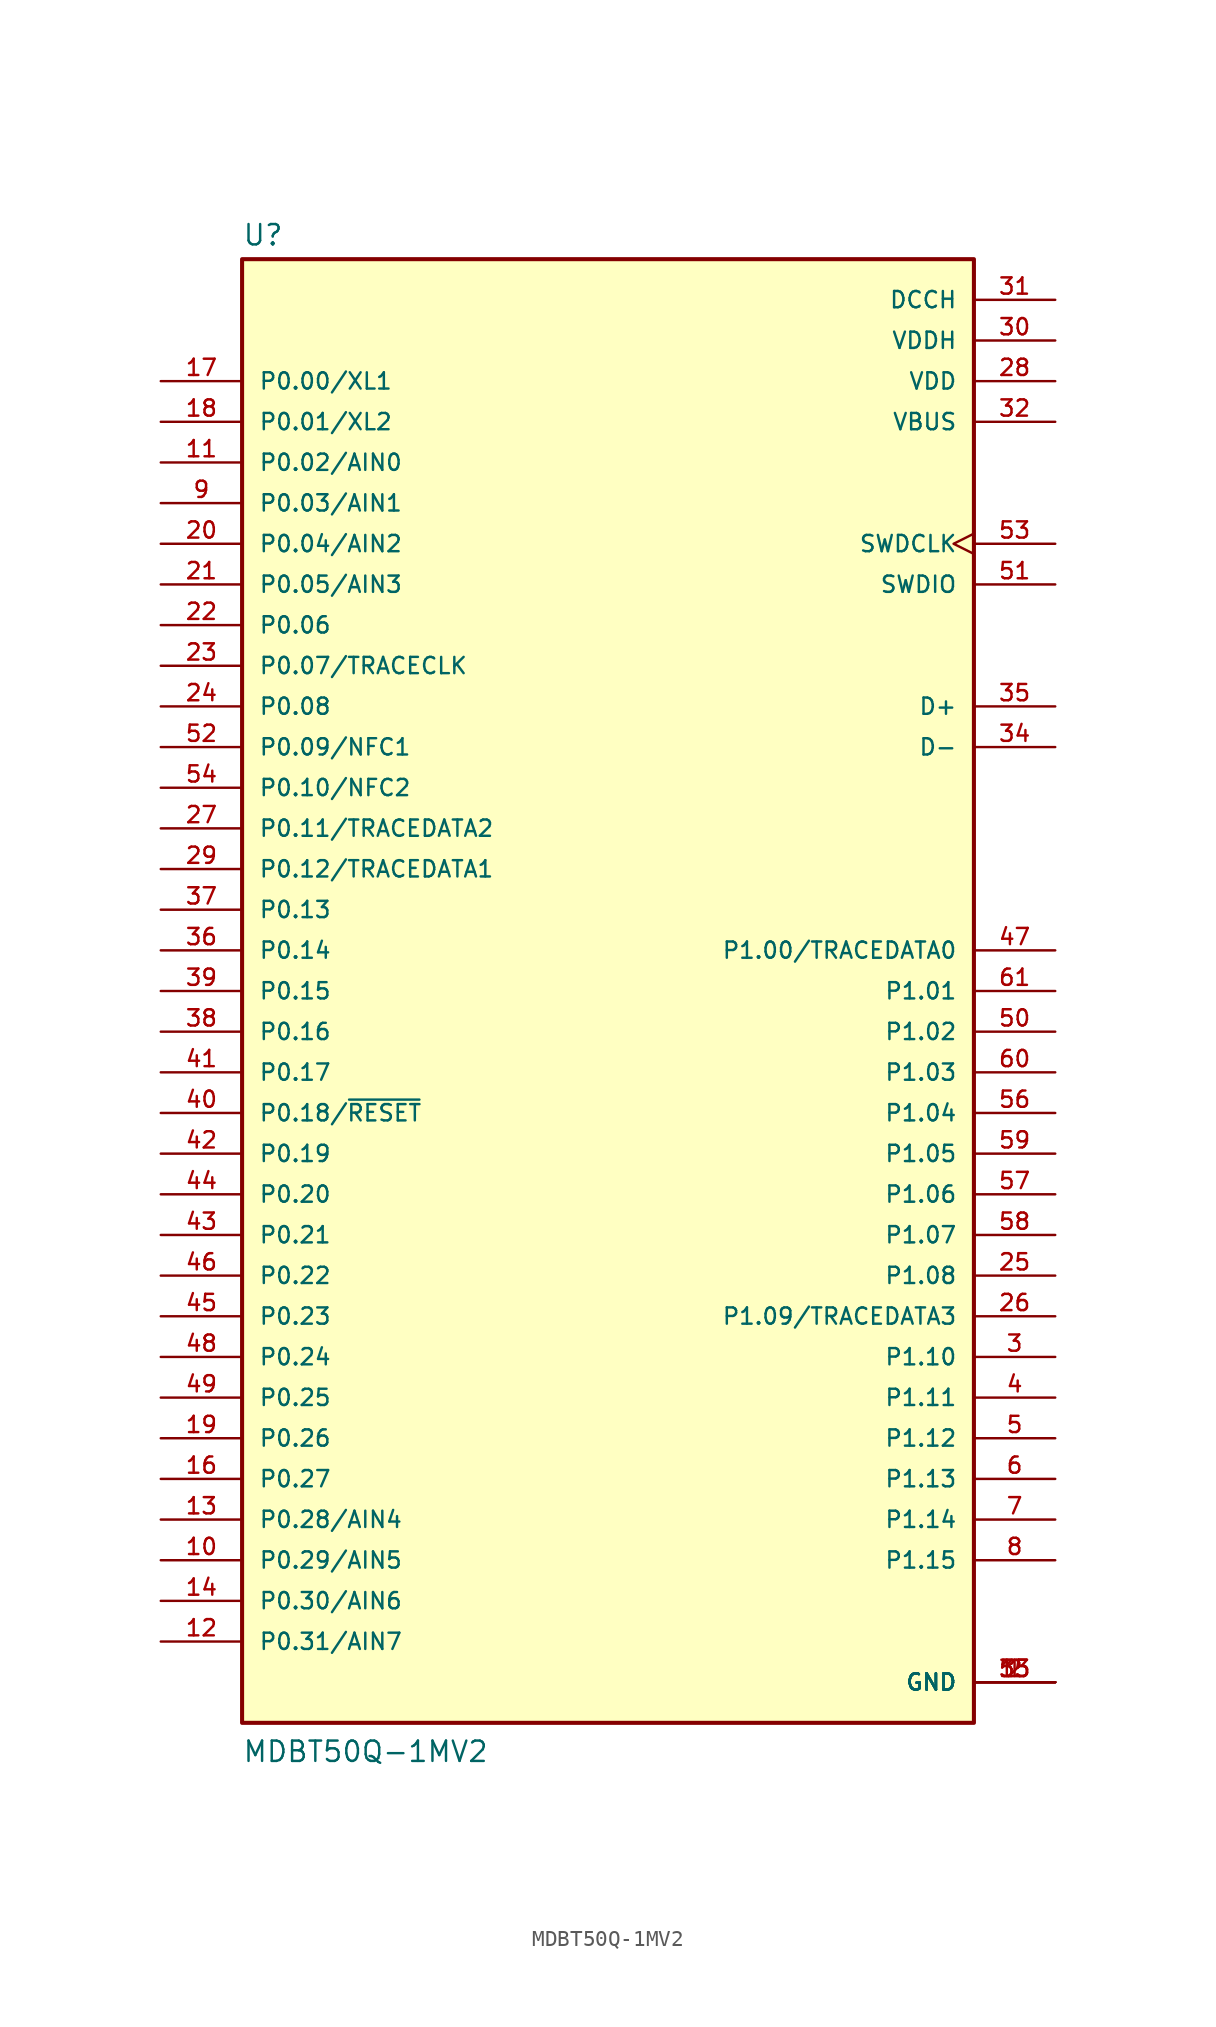
<source format=kicad_sym>
(kicad_symbol_lib
  (version 20211014)
  (generator kicad_symbol_editor)
  (symbol "MDBT50Q-1MV2"
    (pin_names
      (offset 1.016))
    (property "Reference" "U"
      (at -22.86 46.482 0)
      (effects (font (size 1.27 1.27)) (justify left bottom)))
    (property "Value" "MDBT50Q-1MV2"
      (at -22.86 -48.26 0)
      (effects (font (size 1.27 1.27)) (justify left bottom)))
    (property "ki_locked" ""
      (at 0 0 0)
      (effects (font (size 1.27 1.27))))
    (symbol "MDBT50Q-1MV2_0_0"
      (rectangle (start -22.86 -45.72) (end 22.86 45.72) (stroke (width 0.254) (type default) (color 0 0 0 0)) (fill (type background)))
      (pin power_in line (at 27.94 -43.18 180) (length 5.08) (name "GND" (effects (font (size 1.016 1.016)))) (number "1" (effects (font (size 1.016 1.016)))))
      (pin bidirectional line (at -27.94 -35.56 0) (length 5.08) (name "P0.29/AIN5" (effects (font (size 1.016 1.016)))) (number "10" (effects (font (size 1.016 1.016)))))
      (pin bidirectional line (at -27.94 33.02 0) (length 5.08) (name "P0.02/AIN0" (effects (font (size 1.016 1.016)))) (number "11" (effects (font (size 1.016 1.016)))))
      (pin bidirectional line (at -27.94 -40.64 0) (length 5.08) (name "P0.31/AIN7" (effects (font (size 1.016 1.016)))) (number "12" (effects (font (size 1.016 1.016)))))
      (pin bidirectional line (at -27.94 -33.02 0) (length 5.08) (name "P0.28/AIN4" (effects (font (size 1.016 1.016)))) (number "13" (effects (font (size 1.016 1.016)))))
      (pin bidirectional line (at -27.94 -38.1 0) (length 5.08) (name "P0.30/AIN6" (effects (font (size 1.016 1.016)))) (number "14" (effects (font (size 1.016 1.016)))))
      (pin power_in line (at 27.94 -43.18 180) (length 5.08) (name "GND" (effects (font (size 1.016 1.016)))) (number "15" (effects (font (size 1.016 1.016)))))
      (pin bidirectional line (at -27.94 -30.48 0) (length 5.08) (name "P0.27" (effects (font (size 1.016 1.016)))) (number "16" (effects (font (size 1.016 1.016)))))
      (pin bidirectional line (at -27.94 38.1 0) (length 5.08) (name "P0.00/XL1" (effects (font (size 1.016 1.016)))) (number "17" (effects (font (size 1.016 1.016)))))
      (pin bidirectional line (at -27.94 35.56 0) (length 5.08) (name "P0.01/XL2" (effects (font (size 1.016 1.016)))) (number "18" (effects (font (size 1.016 1.016)))))
      (pin bidirectional line (at -27.94 -27.94 0) (length 5.08) (name "P0.26" (effects (font (size 1.016 1.016)))) (number "19" (effects (font (size 1.016 1.016)))))
      (pin power_in line (at 27.94 -43.18 180) (length 5.08) (name "GND" (effects (font (size 1.016 1.016)))) (number "2" (effects (font (size 1.016 1.016)))))
      (pin bidirectional line (at -27.94 27.94 0) (length 5.08) (name "P0.04/AIN2" (effects (font (size 1.016 1.016)))) (number "20" (effects (font (size 1.016 1.016)))))
      (pin bidirectional line (at -27.94 25.4 0) (length 5.08) (name "P0.05/AIN3" (effects (font (size 1.016 1.016)))) (number "21" (effects (font (size 1.016 1.016)))))
      (pin bidirectional line (at -27.94 22.86 0) (length 5.08) (name "P0.06" (effects (font (size 1.016 1.016)))) (number "22" (effects (font (size 1.016 1.016)))))
      (pin bidirectional line (at -27.94 20.32 0) (length 5.08) (name "P0.07/TRACECLK" (effects (font (size 1.016 1.016)))) (number "23" (effects (font (size 1.016 1.016)))))
      (pin bidirectional line (at -27.94 17.78 0) (length 5.08) (name "P0.08" (effects (font (size 1.016 1.016)))) (number "24" (effects (font (size 1.016 1.016)))))
      (pin bidirectional line (at 27.94 -17.78 180) (length 5.08) (name "P1.08" (effects (font (size 1.016 1.016)))) (number "25" (effects (font (size 1.016 1.016)))))
      (pin bidirectional line (at 27.94 -20.32 180) (length 5.08) (name "P1.09/TRACEDATA3" (effects (font (size 1.016 1.016)))) (number "26" (effects (font (size 1.016 1.016)))))
      (pin bidirectional line (at -27.94 10.16 0) (length 5.08) (name "P0.11/TRACEDATA2" (effects (font (size 1.016 1.016)))) (number "27" (effects (font (size 1.016 1.016)))))
      (pin power_in line (at 27.94 38.1 180) (length 5.08) (name "VDD" (effects (font (size 1.016 1.016)))) (number "28" (effects (font (size 1.016 1.016)))))
      (pin bidirectional line (at -27.94 7.62 0) (length 5.08) (name "P0.12/TRACEDATA1" (effects (font (size 1.016 1.016)))) (number "29" (effects (font (size 1.016 1.016)))))
      (pin bidirectional line (at 27.94 -22.86 180) (length 5.08) (name "P1.10" (effects (font (size 1.016 1.016)))) (number "3" (effects (font (size 1.016 1.016)))))
      (pin power_in line (at 27.94 40.64 180) (length 5.08) (name "VDDH" (effects (font (size 1.016 1.016)))) (number "30" (effects (font (size 1.016 1.016)))))
      (pin power_in line (at 27.94 43.18 180) (length 5.08) (name "DCCH" (effects (font (size 1.016 1.016)))) (number "31" (effects (font (size 1.016 1.016)))))
      (pin power_in line (at 27.94 35.56 180) (length 5.08) (name "VBUS" (effects (font (size 1.016 1.016)))) (number "32" (effects (font (size 1.016 1.016)))))
      (pin power_in line (at 27.94 -43.18 180) (length 5.08) (name "GND" (effects (font (size 1.016 1.016)))) (number "33" (effects (font (size 1.016 1.016)))))
      (pin bidirectional line (at 27.94 15.24 180) (length 5.08) (name "D-" (effects (font (size 1.016 1.016)))) (number "34" (effects (font (size 1.016 1.016)))))
      (pin bidirectional line (at 27.94 17.78 180) (length 5.08) (name "D+" (effects (font (size 1.016 1.016)))) (number "35" (effects (font (size 1.016 1.016)))))
      (pin bidirectional line (at -27.94 2.54 0) (length 5.08) (name "P0.14" (effects (font (size 1.016 1.016)))) (number "36" (effects (font (size 1.016 1.016)))))
      (pin bidirectional line (at -27.94 5.08 0) (length 5.08) (name "P0.13" (effects (font (size 1.016 1.016)))) (number "37" (effects (font (size 1.016 1.016)))))
      (pin bidirectional line (at -27.94 -2.54 0) (length 5.08) (name "P0.16" (effects (font (size 1.016 1.016)))) (number "38" (effects (font (size 1.016 1.016)))))
      (pin bidirectional line (at -27.94 0 0) (length 5.08) (name "P0.15" (effects (font (size 1.016 1.016)))) (number "39" (effects (font (size 1.016 1.016)))))
      (pin bidirectional line (at 27.94 -25.4 180) (length 5.08) (name "P1.11" (effects (font (size 1.016 1.016)))) (number "4" (effects (font (size 1.016 1.016)))))
      (pin bidirectional line (at -27.94 -7.62 0) (length 5.08) (name "P0.18/~{RESET}" (effects (font (size 1.016 1.016)))) (number "40" (effects (font (size 1.016 1.016)))))
      (pin bidirectional line (at -27.94 -5.08 0) (length 5.08) (name "P0.17" (effects (font (size 1.016 1.016)))) (number "41" (effects (font (size 1.016 1.016)))))
      (pin bidirectional line (at -27.94 -10.16 0) (length 5.08) (name "P0.19" (effects (font (size 1.016 1.016)))) (number "42" (effects (font (size 1.016 1.016)))))
      (pin bidirectional line (at -27.94 -15.24 0) (length 5.08) (name "P0.21" (effects (font (size 1.016 1.016)))) (number "43" (effects (font (size 1.016 1.016)))))
      (pin bidirectional line (at -27.94 -12.7 0) (length 5.08) (name "P0.20" (effects (font (size 1.016 1.016)))) (number "44" (effects (font (size 1.016 1.016)))))
      (pin bidirectional line (at -27.94 -20.32 0) (length 5.08) (name "P0.23" (effects (font (size 1.016 1.016)))) (number "45" (effects (font (size 1.016 1.016)))))
      (pin bidirectional line (at -27.94 -17.78 0) (length 5.08) (name "P0.22" (effects (font (size 1.016 1.016)))) (number "46" (effects (font (size 1.016 1.016)))))
      (pin bidirectional line (at 27.94 2.54 180) (length 5.08) (name "P1.00/TRACEDATA0" (effects (font (size 1.016 1.016)))) (number "47" (effects (font (size 1.016 1.016)))))
      (pin bidirectional line (at -27.94 -22.86 0) (length 5.08) (name "P0.24" (effects (font (size 1.016 1.016)))) (number "48" (effects (font (size 1.016 1.016)))))
      (pin bidirectional line (at -27.94 -25.4 0) (length 5.08) (name "P0.25" (effects (font (size 1.016 1.016)))) (number "49" (effects (font (size 1.016 1.016)))))
      (pin bidirectional line (at 27.94 -27.94 180) (length 5.08) (name "P1.12" (effects (font (size 1.016 1.016)))) (number "5" (effects (font (size 1.016 1.016)))))
      (pin bidirectional line (at 27.94 -2.54 180) (length 5.08) (name "P1.02" (effects (font (size 1.016 1.016)))) (number "50" (effects (font (size 1.016 1.016)))))
      (pin bidirectional line (at 27.94 25.4 180) (length 5.08) (name "SWDIO" (effects (font (size 1.016 1.016)))) (number "51" (effects (font (size 1.016 1.016)))))
      (pin bidirectional line (at -27.94 15.24 0) (length 5.08) (name "P0.09/NFC1" (effects (font (size 1.016 1.016)))) (number "52" (effects (font (size 1.016 1.016)))))
      (pin input clock (at 27.94 27.94 180) (length 5.08) (name "SWDCLK" (effects (font (size 1.016 1.016)))) (number "53" (effects (font (size 1.016 1.016)))))
      (pin bidirectional line (at -27.94 12.7 0) (length 5.08) (name "P0.10/NFC2" (effects (font (size 1.016 1.016)))) (number "54" (effects (font (size 1.016 1.016)))))
      (pin power_in line (at 27.94 -43.18 180) (length 5.08) (name "GND" (effects (font (size 1.016 1.016)))) (number "55" (effects (font (size 1.016 1.016)))))
      (pin bidirectional line (at 27.94 -7.62 180) (length 5.08) (name "P1.04" (effects (font (size 1.016 1.016)))) (number "56" (effects (font (size 1.016 1.016)))))
      (pin bidirectional line (at 27.94 -12.7 180) (length 5.08) (name "P1.06" (effects (font (size 1.016 1.016)))) (number "57" (effects (font (size 1.016 1.016)))))
      (pin bidirectional line (at 27.94 -15.24 180) (length 5.08) (name "P1.07" (effects (font (size 1.016 1.016)))) (number "58" (effects (font (size 1.016 1.016)))))
      (pin bidirectional line (at 27.94 -10.16 180) (length 5.08) (name "P1.05" (effects (font (size 1.016 1.016)))) (number "59" (effects (font (size 1.016 1.016)))))
      (pin bidirectional line (at 27.94 -30.48 180) (length 5.08) (name "P1.13" (effects (font (size 1.016 1.016)))) (number "6" (effects (font (size 1.016 1.016)))))
      (pin bidirectional line (at 27.94 -5.08 180) (length 5.08) (name "P1.03" (effects (font (size 1.016 1.016)))) (number "60" (effects (font (size 1.016 1.016)))))
      (pin bidirectional line (at 27.94 0 180) (length 5.08) (name "P1.01" (effects (font (size 1.016 1.016)))) (number "61" (effects (font (size 1.016 1.016)))))
      (pin bidirectional line (at 27.94 -33.02 180) (length 5.08) (name "P1.14" (effects (font (size 1.016 1.016)))) (number "7" (effects (font (size 1.016 1.016)))))
      (pin bidirectional line (at 27.94 -35.56 180) (length 5.08) (name "P1.15" (effects (font (size 1.016 1.016)))) (number "8" (effects (font (size 1.016 1.016)))))
      (pin bidirectional line (at -27.94 30.48 0) (length 5.08) (name "P0.03/AIN1" (effects (font (size 1.016 1.016)))) (number "9" (effects (font (size 1.016 1.016))))))))
</source>
